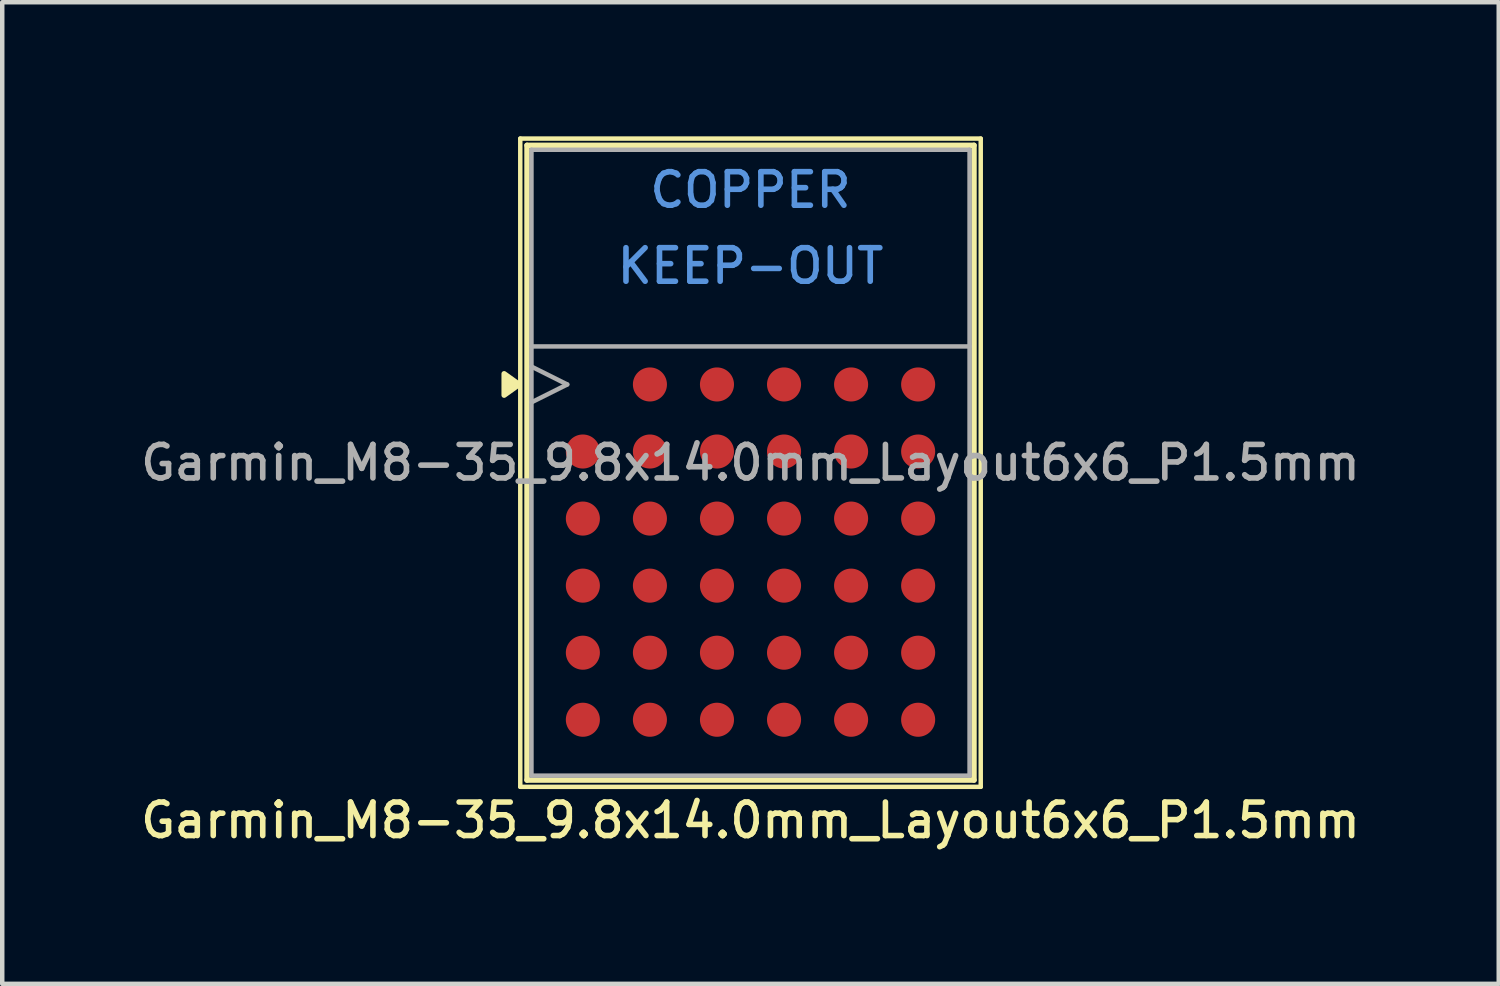
<source format=kicad_pcb>
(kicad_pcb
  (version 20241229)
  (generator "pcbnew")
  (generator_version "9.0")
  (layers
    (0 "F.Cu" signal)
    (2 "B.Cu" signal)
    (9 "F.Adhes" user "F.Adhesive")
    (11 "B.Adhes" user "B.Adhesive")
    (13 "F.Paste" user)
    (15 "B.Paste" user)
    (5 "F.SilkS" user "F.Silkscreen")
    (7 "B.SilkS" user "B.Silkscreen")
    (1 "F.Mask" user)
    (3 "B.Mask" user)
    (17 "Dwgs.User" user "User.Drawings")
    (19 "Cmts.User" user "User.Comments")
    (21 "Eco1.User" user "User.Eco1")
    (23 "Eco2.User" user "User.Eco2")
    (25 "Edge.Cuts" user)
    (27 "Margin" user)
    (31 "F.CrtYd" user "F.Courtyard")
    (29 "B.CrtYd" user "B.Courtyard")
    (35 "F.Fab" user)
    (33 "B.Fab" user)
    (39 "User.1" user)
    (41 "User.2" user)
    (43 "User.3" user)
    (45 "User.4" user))
  (footprint "Garmin_M8-35_9.8x14.0mm_Layout6x6_P1.5mm"
    (layer "F.Cu")
    (at 13.738 7.3)
    (property "Reference" "Garmin_M8-35_9.8x14.0mm_Layout6x6_P1.5mm" (at 0 8 0) (layer "F.SilkS") (effects (font (size 0.75 0.75) (thickness 0.125))))
    (attr smd)
    (fp_line (start -5.15 -7.25) (end 5.15 -7.25) (stroke (width 0.1) (type solid)) (layer "F.SilkS"))
    (fp_line (start -5.15 7.25) (end -5.15 -7.25) (stroke (width 0.1) (type solid)) (layer "F.SilkS"))
    (fp_line (start -5 -7.1) (end -5 7.1) (stroke (width 0.12) (type solid)) (layer "F.SilkS"))
    (fp_line (start -5 7.1) (end 5 7.1) (stroke (width 0.12) (type solid)) (layer "F.SilkS"))
    (fp_line (start 5 -7.1) (end -5 -7.1) (stroke (width 0.12) (type solid)) (layer "F.SilkS"))
    (fp_line (start 5 7.1) (end 5 -7.1) (stroke (width 0.12) (type solid)) (layer "F.SilkS"))
    (fp_line (start 5.15 -7.25) (end 5.15 7.25) (stroke (width 0.1) (type solid)) (layer "F.SilkS"))
    (fp_line (start 5.15 7.25) (end -5.15 7.25) (stroke (width 0.1) (type solid)) (layer "F.SilkS"))
    (fp_poly (pts (xy -5.175 -1.75) (xy -5.511 -1.51) (xy -5.511 -1.99) (xy -5.175 -1.75)) (stroke (width 0.12) (type solid)) (fill yes) (layer "F.SilkS"))
    (fp_poly (pts (xy -4.18 -0.315) (xy -4.18 -0.68) (xy -3.815 -0.68) (xy -3.815 -0.315)) (stroke (width 0) (type solid)) (fill yes) (layer "F.Paste"))
    (fp_poly (pts (xy -4.18 0.18) (xy -4.18 -0.185) (xy -3.815 -0.185) (xy -3.815 0.18)) (stroke (width 0) (type solid)) (fill yes) (layer "F.Paste"))
    (fp_poly (pts (xy -4.18 1.185) (xy -4.18 0.82) (xy -3.815 0.82) (xy -3.815 1.185)) (stroke (width 0) (type solid)) (fill yes) (layer "F.Paste"))
    (fp_poly (pts (xy -4.18 1.68) (xy -4.18 1.315) (xy -3.815 1.315) (xy -3.815 1.68)) (stroke (width 0) (type solid)) (fill yes) (layer "F.Paste"))
    (fp_poly (pts (xy -4.18 2.685) (xy -4.18 2.32) (xy -3.815 2.32) (xy -3.815 2.685)) (stroke (width 0) (type solid)) (fill yes) (layer "F.Paste"))
    (fp_poly (pts (xy -4.18 3.18) (xy -4.18 2.815) (xy -3.815 2.815) (xy -3.815 3.18)) (stroke (width 0) (type solid)) (fill yes) (layer "F.Paste"))
    (fp_poly (pts (xy -4.18 4.185) (xy -4.18 3.82) (xy -3.815 3.82) (xy -3.815 4.185)) (stroke (width 0) (type solid)) (fill yes) (layer "F.Paste"))
    (fp_poly (pts (xy -4.18 4.68) (xy -4.18 4.315) (xy -3.815 4.315) (xy -3.815 4.68)) (stroke (width 0) (type solid)) (fill yes) (layer "F.Paste"))
    (fp_poly (pts (xy -4.18 5.685) (xy -4.18 5.32) (xy -3.815 5.32) (xy -3.815 5.685)) (stroke (width 0) (type solid)) (fill yes) (layer "F.Paste"))
    (fp_poly (pts (xy -4.18 6.18) (xy -4.18 5.815) (xy -3.815 5.815) (xy -3.815 6.18)) (stroke (width 0) (type solid)) (fill yes) (layer "F.Paste"))
    (fp_poly (pts (xy -3.685 -0.315) (xy -3.685 -0.68) (xy -3.32 -0.68) (xy -3.32 -0.315)) (stroke (width 0) (type solid)) (fill yes) (layer "F.Paste"))
    (fp_poly (pts (xy -3.685 0.18) (xy -3.685 -0.185) (xy -3.32 -0.185) (xy -3.32 0.18)) (stroke (width 0) (type solid)) (fill yes) (layer "F.Paste"))
    (fp_poly (pts (xy -3.685 1.185) (xy -3.685 0.82) (xy -3.32 0.82) (xy -3.32 1.185)) (stroke (width 0) (type solid)) (fill yes) (layer "F.Paste"))
    (fp_poly (pts (xy -3.685 1.68) (xy -3.685 1.315) (xy -3.32 1.315) (xy -3.32 1.68)) (stroke (width 0) (type solid)) (fill yes) (layer "F.Paste"))
    (fp_poly (pts (xy -3.685 2.685) (xy -3.685 2.32) (xy -3.32 2.32) (xy -3.32 2.685)) (stroke (width 0) (type solid)) (fill yes) (layer "F.Paste"))
    (fp_poly (pts (xy -3.685 3.18) (xy -3.685 2.815) (xy -3.32 2.815) (xy -3.32 3.18)) (stroke (width 0) (type solid)) (fill yes) (layer "F.Paste"))
    (fp_poly (pts (xy -3.685 4.185) (xy -3.685 3.82) (xy -3.32 3.82) (xy -3.32 4.185)) (stroke (width 0) (type solid)) (fill yes) (layer "F.Paste"))
    (fp_poly (pts (xy -3.685 4.68) (xy -3.685 4.315) (xy -3.32 4.315) (xy -3.32 4.68)) (stroke (width 0) (type solid)) (fill yes) (layer "F.Paste"))
    (fp_poly (pts (xy -3.685 5.685) (xy -3.685 5.32) (xy -3.32 5.32) (xy -3.32 5.685)) (stroke (width 0) (type solid)) (fill yes) (layer "F.Paste"))
    (fp_poly (pts (xy -3.685 6.18) (xy -3.685 5.815) (xy -3.32 5.815) (xy -3.32 6.18)) (stroke (width 0) (type solid)) (fill yes) (layer "F.Paste"))
    (fp_poly (pts (xy -2.68 -1.815) (xy -2.68 -2.18) (xy -2.315 -2.18) (xy -2.315 -1.815)) (stroke (width 0) (type solid)) (fill yes) (layer "F.Paste"))
    (fp_poly (pts (xy -2.68 -1.32) (xy -2.68 -1.685) (xy -2.315 -1.685) (xy -2.315 -1.32)) (stroke (width 0) (type solid)) (fill yes) (layer "F.Paste"))
    (fp_poly (pts (xy -2.68 -0.315) (xy -2.68 -0.68) (xy -2.315 -0.68) (xy -2.315 -0.315)) (stroke (width 0) (type solid)) (fill yes) (layer "F.Paste"))
    (fp_poly (pts (xy -2.68 0.18) (xy -2.68 -0.185) (xy -2.315 -0.185) (xy -2.315 0.18)) (stroke (width 0) (type solid)) (fill yes) (layer "F.Paste"))
    (fp_poly (pts (xy -2.68 1.185) (xy -2.68 0.82) (xy -2.315 0.82) (xy -2.315 1.185)) (stroke (width 0) (type solid)) (fill yes) (layer "F.Paste"))
    (fp_poly (pts (xy -2.68 1.68) (xy -2.68 1.315) (xy -2.315 1.315) (xy -2.315 1.68)) (stroke (width 0) (type solid)) (fill yes) (layer "F.Paste"))
    (fp_poly (pts (xy -2.68 2.685) (xy -2.68 2.32) (xy -2.315 2.32) (xy -2.315 2.685)) (stroke (width 0) (type solid)) (fill yes) (layer "F.Paste"))
    (fp_poly (pts (xy -2.68 3.18) (xy -2.68 2.815) (xy -2.315 2.815) (xy -2.315 3.18)) (stroke (width 0) (type solid)) (fill yes) (layer "F.Paste"))
    (fp_poly (pts (xy -2.68 4.185) (xy -2.68 3.82) (xy -2.315 3.82) (xy -2.315 4.185)) (stroke (width 0) (type solid)) (fill yes) (layer "F.Paste"))
    (fp_poly (pts (xy -2.68 4.68) (xy -2.68 4.315) (xy -2.315 4.315) (xy -2.315 4.68)) (stroke (width 0) (type solid)) (fill yes) (layer "F.Paste"))
    (fp_poly (pts (xy -2.68 5.685) (xy -2.68 5.32) (xy -2.315 5.32) (xy -2.315 5.685)) (stroke (width 0) (type solid)) (fill yes) (layer "F.Paste"))
    (fp_poly (pts (xy -2.68 6.18) (xy -2.68 5.815) (xy -2.315 5.815) (xy -2.315 6.18)) (stroke (width 0) (type solid)) (fill yes) (layer "F.Paste"))
    (fp_poly (pts (xy -2.185 -1.815) (xy -2.185 -2.18) (xy -1.82 -2.18) (xy -1.82 -1.815)) (stroke (width 0) (type solid)) (fill yes) (layer "F.Paste"))
    (fp_poly (pts (xy -2.185 -1.32) (xy -2.185 -1.685) (xy -1.82 -1.685) (xy -1.82 -1.32)) (stroke (width 0) (type solid)) (fill yes) (layer "F.Paste"))
    (fp_poly (pts (xy -2.185 -0.315) (xy -2.185 -0.68) (xy -1.82 -0.68) (xy -1.82 -0.315)) (stroke (width 0) (type solid)) (fill yes) (layer "F.Paste"))
    (fp_poly (pts (xy -2.185 0.18) (xy -2.185 -0.185) (xy -1.82 -0.185) (xy -1.82 0.18)) (stroke (width 0) (type solid)) (fill yes) (layer "F.Paste"))
    (fp_poly (pts (xy -2.185 1.185) (xy -2.185 0.82) (xy -1.82 0.82) (xy -1.82 1.185)) (stroke (width 0) (type solid)) (fill yes) (layer "F.Paste"))
    (fp_poly (pts (xy -2.185 1.68) (xy -2.185 1.315) (xy -1.82 1.315) (xy -1.82 1.68)) (stroke (width 0) (type solid)) (fill yes) (layer "F.Paste"))
    (fp_poly (pts (xy -2.185 2.685) (xy -2.185 2.32) (xy -1.82 2.32) (xy -1.82 2.685)) (stroke (width 0) (type solid)) (fill yes) (layer "F.Paste"))
    (fp_poly (pts (xy -2.185 3.18) (xy -2.185 2.815) (xy -1.82 2.815) (xy -1.82 3.18)) (stroke (width 0) (type solid)) (fill yes) (layer "F.Paste"))
    (fp_poly (pts (xy -2.185 4.185) (xy -2.185 3.82) (xy -1.82 3.82) (xy -1.82 4.185)) (stroke (width 0) (type solid)) (fill yes) (layer "F.Paste"))
    (fp_poly (pts (xy -2.185 4.68) (xy -2.185 4.315) (xy -1.82 4.315) (xy -1.82 4.68)) (stroke (width 0) (type solid)) (fill yes) (layer "F.Paste"))
    (fp_poly (pts (xy -2.185 5.685) (xy -2.185 5.32) (xy -1.82 5.32) (xy -1.82 5.685)) (stroke (width 0) (type solid)) (fill yes) (layer "F.Paste"))
    (fp_poly (pts (xy -2.185 6.18) (xy -2.185 5.815) (xy -1.82 5.815) (xy -1.82 6.18)) (stroke (width 0) (type solid)) (fill yes) (layer "F.Paste"))
    (fp_poly (pts (xy -1.18 -1.815) (xy -1.18 -2.18) (xy -0.815 -2.18) (xy -0.815 -1.815)) (stroke (width 0) (type solid)) (fill yes) (layer "F.Paste"))
    (fp_poly (pts (xy -1.18 -1.32) (xy -1.18 -1.685) (xy -0.815 -1.685) (xy -0.815 -1.32)) (stroke (width 0) (type solid)) (fill yes) (layer "F.Paste"))
    (fp_poly (pts (xy -1.18 -0.315) (xy -1.18 -0.68) (xy -0.815 -0.68) (xy -0.815 -0.315)) (stroke (width 0) (type solid)) (fill yes) (layer "F.Paste"))
    (fp_poly (pts (xy -1.18 0.18) (xy -1.18 -0.185) (xy -0.815 -0.185) (xy -0.815 0.18)) (stroke (width 0) (type solid)) (fill yes) (layer "F.Paste"))
    (fp_poly (pts (xy -1.18 1.185) (xy -1.18 0.82) (xy -0.815 0.82) (xy -0.815 1.185)) (stroke (width 0) (type solid)) (fill yes) (layer "F.Paste"))
    (fp_poly (pts (xy -1.18 1.68) (xy -1.18 1.315) (xy -0.815 1.315) (xy -0.815 1.68)) (stroke (width 0) (type solid)) (fill yes) (layer "F.Paste"))
    (fp_poly (pts (xy -1.18 2.685) (xy -1.18 2.32) (xy -0.815 2.32) (xy -0.815 2.685)) (stroke (width 0) (type solid)) (fill yes) (layer "F.Paste"))
    (fp_poly (pts (xy -1.18 3.18) (xy -1.18 2.815) (xy -0.815 2.815) (xy -0.815 3.18)) (stroke (width 0) (type solid)) (fill yes) (layer "F.Paste"))
    (fp_poly (pts (xy -1.18 4.185) (xy -1.18 3.82) (xy -0.815 3.82) (xy -0.815 4.185)) (stroke (width 0) (type solid)) (fill yes) (layer "F.Paste"))
    (fp_poly (pts (xy -1.18 4.68) (xy -1.18 4.315) (xy -0.815 4.315) (xy -0.815 4.68)) (stroke (width 0) (type solid)) (fill yes) (layer "F.Paste"))
    (fp_poly (pts (xy -1.18 5.685) (xy -1.18 5.32) (xy -0.815 5.32) (xy -0.815 5.685)) (stroke (width 0) (type solid)) (fill yes) (layer "F.Paste"))
    (fp_poly (pts (xy -1.18 6.18) (xy -1.18 5.815) (xy -0.815 5.815) (xy -0.815 6.18)) (stroke (width 0) (type solid)) (fill yes) (layer "F.Paste"))
    (fp_poly (pts (xy -0.685 -1.815) (xy -0.685 -2.18) (xy -0.32 -2.18) (xy -0.32 -1.815)) (stroke (width 0) (type solid)) (fill yes) (layer "F.Paste"))
    (fp_poly (pts (xy -0.685 -1.32) (xy -0.685 -1.685) (xy -0.32 -1.685) (xy -0.32 -1.32)) (stroke (width 0) (type solid)) (fill yes) (layer "F.Paste"))
    (fp_poly (pts (xy -0.685 -0.315) (xy -0.685 -0.68) (xy -0.32 -0.68) (xy -0.32 -0.315)) (stroke (width 0) (type solid)) (fill yes) (layer "F.Paste"))
    (fp_poly (pts (xy -0.685 0.18) (xy -0.685 -0.185) (xy -0.32 -0.185) (xy -0.32 0.18)) (stroke (width 0) (type solid)) (fill yes) (layer "F.Paste"))
    (fp_poly (pts (xy -0.685 1.185) (xy -0.685 0.82) (xy -0.32 0.82) (xy -0.32 1.185)) (stroke (width 0) (type solid)) (fill yes) (layer "F.Paste"))
    (fp_poly (pts (xy -0.685 1.68) (xy -0.685 1.315) (xy -0.32 1.315) (xy -0.32 1.68)) (stroke (width 0) (type solid)) (fill yes) (layer "F.Paste"))
    (fp_poly (pts (xy -0.685 2.685) (xy -0.685 2.32) (xy -0.32 2.32) (xy -0.32 2.685)) (stroke (width 0) (type solid)) (fill yes) (layer "F.Paste"))
    (fp_poly (pts (xy -0.685 3.18) (xy -0.685 2.815) (xy -0.32 2.815) (xy -0.32 3.18)) (stroke (width 0) (type solid)) (fill yes) (layer "F.Paste"))
    (fp_poly (pts (xy -0.685 4.185) (xy -0.685 3.82) (xy -0.32 3.82) (xy -0.32 4.185)) (stroke (width 0) (type solid)) (fill yes) (layer "F.Paste"))
    (fp_poly (pts (xy -0.685 4.68) (xy -0.685 4.315) (xy -0.32 4.315) (xy -0.32 4.68)) (stroke (width 0) (type solid)) (fill yes) (layer "F.Paste"))
    (fp_poly (pts (xy -0.685 5.685) (xy -0.685 5.32) (xy -0.32 5.32) (xy -0.32 5.685)) (stroke (width 0) (type solid)) (fill yes) (layer "F.Paste"))
    (fp_poly (pts (xy -0.685 6.18) (xy -0.685 5.815) (xy -0.32 5.815) (xy -0.32 6.18)) (stroke (width 0) (type solid)) (fill yes) (layer "F.Paste"))
    (fp_poly (pts (xy 0.32 -1.815) (xy 0.32 -2.18) (xy 0.685 -2.18) (xy 0.685 -1.815)) (stroke (width 0) (type solid)) (fill yes) (layer "F.Paste"))
    (fp_poly (pts (xy 0.32 -1.32) (xy 0.32 -1.685) (xy 0.685 -1.685) (xy 0.685 -1.32)) (stroke (width 0) (type solid)) (fill yes) (layer "F.Paste"))
    (fp_poly (pts (xy 0.32 -0.315) (xy 0.32 -0.68) (xy 0.685 -0.68) (xy 0.685 -0.315)) (stroke (width 0) (type solid)) (fill yes) (layer "F.Paste"))
    (fp_poly (pts (xy 0.32 0.18) (xy 0.32 -0.185) (xy 0.685 -0.185) (xy 0.685 0.18)) (stroke (width 0) (type solid)) (fill yes) (layer "F.Paste"))
    (fp_poly (pts (xy 0.32 1.185) (xy 0.32 0.82) (xy 0.685 0.82) (xy 0.685 1.185)) (stroke (width 0) (type solid)) (fill yes) (layer "F.Paste"))
    (fp_poly (pts (xy 0.32 1.68) (xy 0.32 1.315) (xy 0.685 1.315) (xy 0.685 1.68)) (stroke (width 0) (type solid)) (fill yes) (layer "F.Paste"))
    (fp_poly (pts (xy 0.32 2.685) (xy 0.32 2.32) (xy 0.685 2.32) (xy 0.685 2.685)) (stroke (width 0) (type solid)) (fill yes) (layer "F.Paste"))
    (fp_poly (pts (xy 0.32 3.18) (xy 0.32 2.815) (xy 0.685 2.815) (xy 0.685 3.18)) (stroke (width 0) (type solid)) (fill yes) (layer "F.Paste"))
    (fp_poly (pts (xy 0.32 4.185) (xy 0.32 3.82) (xy 0.685 3.82) (xy 0.685 4.185)) (stroke (width 0) (type solid)) (fill yes) (layer "F.Paste"))
    (fp_poly (pts (xy 0.32 4.68) (xy 0.32 4.315) (xy 0.685 4.315) (xy 0.685 4.68)) (stroke (width 0) (type solid)) (fill yes) (layer "F.Paste"))
    (fp_poly (pts (xy 0.32 5.685) (xy 0.32 5.32) (xy 0.685 5.32) (xy 0.685 5.685)) (stroke (width 0) (type solid)) (fill yes) (layer "F.Paste"))
    (fp_poly (pts (xy 0.32 6.18) (xy 0.32 5.815) (xy 0.685 5.815) (xy 0.685 6.18)) (stroke (width 0) (type solid)) (fill yes) (layer "F.Paste"))
    (fp_poly (pts (xy 0.815 -1.815) (xy 0.815 -2.18) (xy 1.18 -2.18) (xy 1.18 -1.815)) (stroke (width 0) (type solid)) (fill yes) (layer "F.Paste"))
    (fp_poly (pts (xy 0.815 -1.32) (xy 0.815 -1.685) (xy 1.18 -1.685) (xy 1.18 -1.32)) (stroke (width 0) (type solid)) (fill yes) (layer "F.Paste"))
    (fp_poly (pts (xy 0.815 -0.315) (xy 0.815 -0.68) (xy 1.18 -0.68) (xy 1.18 -0.315)) (stroke (width 0) (type solid)) (fill yes) (layer "F.Paste"))
    (fp_poly (pts (xy 0.815 0.18) (xy 0.815 -0.185) (xy 1.18 -0.185) (xy 1.18 0.18)) (stroke (width 0) (type solid)) (fill yes) (layer "F.Paste"))
    (fp_poly (pts (xy 0.815 1.185) (xy 0.815 0.82) (xy 1.18 0.82) (xy 1.18 1.185)) (stroke (width 0) (type solid)) (fill yes) (layer "F.Paste"))
    (fp_poly (pts (xy 0.815 1.68) (xy 0.815 1.315) (xy 1.18 1.315) (xy 1.18 1.68)) (stroke (width 0) (type solid)) (fill yes) (layer "F.Paste"))
    (fp_poly (pts (xy 0.815 2.685) (xy 0.815 2.32) (xy 1.18 2.32) (xy 1.18 2.685)) (stroke (width 0) (type solid)) (fill yes) (layer "F.Paste"))
    (fp_poly (pts (xy 0.815 3.18) (xy 0.815 2.815) (xy 1.18 2.815) (xy 1.18 3.18)) (stroke (width 0) (type solid)) (fill yes) (layer "F.Paste"))
    (fp_poly (pts (xy 0.815 4.185) (xy 0.815 3.82) (xy 1.18 3.82) (xy 1.18 4.185)) (stroke (width 0) (type solid)) (fill yes) (layer "F.Paste"))
    (fp_poly (pts (xy 0.815 4.68) (xy 0.815 4.315) (xy 1.18 4.315) (xy 1.18 4.68)) (stroke (width 0) (type solid)) (fill yes) (layer "F.Paste"))
    (fp_poly (pts (xy 0.815 5.685) (xy 0.815 5.32) (xy 1.18 5.32) (xy 1.18 5.685)) (stroke (width 0) (type solid)) (fill yes) (layer "F.Paste"))
    (fp_poly (pts (xy 0.815 6.18) (xy 0.815 5.815) (xy 1.18 5.815) (xy 1.18 6.18)) (stroke (width 0) (type solid)) (fill yes) (layer "F.Paste"))
    (fp_poly (pts (xy 1.82 -1.815) (xy 1.82 -2.18) (xy 2.185 -2.18) (xy 2.185 -1.815)) (stroke (width 0) (type solid)) (fill yes) (layer "F.Paste"))
    (fp_poly (pts (xy 1.82 -1.32) (xy 1.82 -1.685) (xy 2.185 -1.685) (xy 2.185 -1.32)) (stroke (width 0) (type solid)) (fill yes) (layer "F.Paste"))
    (fp_poly (pts (xy 1.82 -0.315) (xy 1.82 -0.68) (xy 2.185 -0.68) (xy 2.185 -0.315)) (stroke (width 0) (type solid)) (fill yes) (layer "F.Paste"))
    (fp_poly (pts (xy 1.82 0.18) (xy 1.82 -0.185) (xy 2.185 -0.185) (xy 2.185 0.18)) (stroke (width 0) (type solid)) (fill yes) (layer "F.Paste"))
    (fp_poly (pts (xy 1.82 1.185) (xy 1.82 0.82) (xy 2.185 0.82) (xy 2.185 1.185)) (stroke (width 0) (type solid)) (fill yes) (layer "F.Paste"))
    (fp_poly (pts (xy 1.82 1.68) (xy 1.82 1.315) (xy 2.185 1.315) (xy 2.185 1.68)) (stroke (width 0) (type solid)) (fill yes) (layer "F.Paste"))
    (fp_poly (pts (xy 1.82 2.685) (xy 1.82 2.32) (xy 2.185 2.32) (xy 2.185 2.685)) (stroke (width 0) (type solid)) (fill yes) (layer "F.Paste"))
    (fp_poly (pts (xy 1.82 3.18) (xy 1.82 2.815) (xy 2.185 2.815) (xy 2.185 3.18)) (stroke (width 0) (type solid)) (fill yes) (layer "F.Paste"))
    (fp_poly (pts (xy 1.82 4.185) (xy 1.82 3.82) (xy 2.185 3.82) (xy 2.185 4.185)) (stroke (width 0) (type solid)) (fill yes) (layer "F.Paste"))
    (fp_poly (pts (xy 1.82 4.68) (xy 1.82 4.315) (xy 2.185 4.315) (xy 2.185 4.68)) (stroke (width 0) (type solid)) (fill yes) (layer "F.Paste"))
    (fp_poly (pts (xy 1.82 5.685) (xy 1.82 5.32) (xy 2.185 5.32) (xy 2.185 5.685)) (stroke (width 0) (type solid)) (fill yes) (layer "F.Paste"))
    (fp_poly (pts (xy 1.82 6.18) (xy 1.82 5.815) (xy 2.185 5.815) (xy 2.185 6.18)) (stroke (width 0) (type solid)) (fill yes) (layer "F.Paste"))
    (fp_poly (pts (xy 2.315 -1.815) (xy 2.315 -2.18) (xy 2.68 -2.18) (xy 2.68 -1.815)) (stroke (width 0) (type solid)) (fill yes) (layer "F.Paste"))
    (fp_poly (pts (xy 2.315 -1.32) (xy 2.315 -1.685) (xy 2.68 -1.685) (xy 2.68 -1.32)) (stroke (width 0) (type solid)) (fill yes) (layer "F.Paste"))
    (fp_poly (pts (xy 2.315 -0.315) (xy 2.315 -0.68) (xy 2.68 -0.68) (xy 2.68 -0.315)) (stroke (width 0) (type solid)) (fill yes) (layer "F.Paste"))
    (fp_poly (pts (xy 2.315 0.18) (xy 2.315 -0.185) (xy 2.68 -0.185) (xy 2.68 0.18)) (stroke (width 0) (type solid)) (fill yes) (layer "F.Paste"))
    (fp_poly (pts (xy 2.315 1.185) (xy 2.315 0.82) (xy 2.68 0.82) (xy 2.68 1.185)) (stroke (width 0) (type solid)) (fill yes) (layer "F.Paste"))
    (fp_poly (pts (xy 2.315 1.68) (xy 2.315 1.315) (xy 2.68 1.315) (xy 2.68 1.68)) (stroke (width 0) (type solid)) (fill yes) (layer "F.Paste"))
    (fp_poly (pts (xy 2.315 2.685) (xy 2.315 2.32) (xy 2.68 2.32) (xy 2.68 2.685)) (stroke (width 0) (type solid)) (fill yes) (layer "F.Paste"))
    (fp_poly (pts (xy 2.315 3.18) (xy 2.315 2.815) (xy 2.68 2.815) (xy 2.68 3.18)) (stroke (width 0) (type solid)) (fill yes) (layer "F.Paste"))
    (fp_poly (pts (xy 2.315 4.185) (xy 2.315 3.82) (xy 2.68 3.82) (xy 2.68 4.185)) (stroke (width 0) (type solid)) (fill yes) (layer "F.Paste"))
    (fp_poly (pts (xy 2.315 4.68) (xy 2.315 4.315) (xy 2.68 4.315) (xy 2.68 4.68)) (stroke (width 0) (type solid)) (fill yes) (layer "F.Paste"))
    (fp_poly (pts (xy 2.315 5.685) (xy 2.315 5.32) (xy 2.68 5.32) (xy 2.68 5.685)) (stroke (width 0) (type solid)) (fill yes) (layer "F.Paste"))
    (fp_poly (pts (xy 2.315 6.18) (xy 2.315 5.815) (xy 2.68 5.815) (xy 2.68 6.18)) (stroke (width 0) (type solid)) (fill yes) (layer "F.Paste"))
    (fp_poly (pts (xy 3.32 -1.815) (xy 3.32 -2.18) (xy 3.685 -2.18) (xy 3.685 -1.815)) (stroke (width 0) (type solid)) (fill yes) (layer "F.Paste"))
    (fp_poly (pts (xy 3.32 -1.32) (xy 3.32 -1.685) (xy 3.685 -1.685) (xy 3.685 -1.32)) (stroke (width 0) (type solid)) (fill yes) (layer "F.Paste"))
    (fp_poly (pts (xy 3.32 -0.315) (xy 3.32 -0.68) (xy 3.685 -0.68) (xy 3.685 -0.315)) (stroke (width 0) (type solid)) (fill yes) (layer "F.Paste"))
    (fp_poly (pts (xy 3.32 0.18) (xy 3.32 -0.185) (xy 3.685 -0.185) (xy 3.685 0.18)) (stroke (width 0) (type solid)) (fill yes) (layer "F.Paste"))
    (fp_poly (pts (xy 3.32 1.185) (xy 3.32 0.82) (xy 3.685 0.82) (xy 3.685 1.185)) (stroke (width 0) (type solid)) (fill yes) (layer "F.Paste"))
    (fp_poly (pts (xy 3.32 1.68) (xy 3.32 1.315) (xy 3.685 1.315) (xy 3.685 1.68)) (stroke (width 0) (type solid)) (fill yes) (layer "F.Paste"))
    (fp_poly (pts (xy 3.32 2.685) (xy 3.32 2.32) (xy 3.685 2.32) (xy 3.685 2.685)) (stroke (width 0) (type solid)) (fill yes) (layer "F.Paste"))
    (fp_poly (pts (xy 3.32 3.18) (xy 3.32 2.815) (xy 3.685 2.815) (xy 3.685 3.18)) (stroke (width 0) (type solid)) (fill yes) (layer "F.Paste"))
    (fp_poly (pts (xy 3.32 4.185) (xy 3.32 3.82) (xy 3.685 3.82) (xy 3.685 4.185)) (stroke (width 0) (type solid)) (fill yes) (layer "F.Paste"))
    (fp_poly (pts (xy 3.32 4.68) (xy 3.32 4.315) (xy 3.685 4.315) (xy 3.685 4.68)) (stroke (width 0) (type solid)) (fill yes) (layer "F.Paste"))
    (fp_poly (pts (xy 3.32 5.685) (xy 3.32 5.32) (xy 3.685 5.32) (xy 3.685 5.685)) (stroke (width 0) (type solid)) (fill yes) (layer "F.Paste"))
    (fp_poly (pts (xy 3.32 6.18) (xy 3.32 5.815) (xy 3.685 5.815) (xy 3.685 6.18)) (stroke (width 0) (type solid)) (fill yes) (layer "F.Paste"))
    (fp_poly (pts (xy 3.815 -1.815) (xy 3.815 -2.18) (xy 4.18 -2.18) (xy 4.18 -1.815)) (stroke (width 0) (type solid)) (fill yes) (layer "F.Paste"))
    (fp_poly (pts (xy 3.815 -1.32) (xy 3.815 -1.685) (xy 4.18 -1.685) (xy 4.18 -1.32)) (stroke (width 0) (type solid)) (fill yes) (layer "F.Paste"))
    (fp_poly (pts (xy 3.815 -0.315) (xy 3.815 -0.68) (xy 4.18 -0.68) (xy 4.18 -0.315)) (stroke (width 0) (type solid)) (fill yes) (layer "F.Paste"))
    (fp_poly (pts (xy 3.815 0.18) (xy 3.815 -0.185) (xy 4.18 -0.185) (xy 4.18 0.18)) (stroke (width 0) (type solid)) (fill yes) (layer "F.Paste"))
    (fp_poly (pts (xy 3.815 1.185) (xy 3.815 0.82) (xy 4.18 0.82) (xy 4.18 1.185)) (stroke (width 0) (type solid)) (fill yes) (layer "F.Paste"))
    (fp_poly (pts (xy 3.815 1.68) (xy 3.815 1.315) (xy 4.18 1.315) (xy 4.18 1.68)) (stroke (width 0) (type solid)) (fill yes) (layer "F.Paste"))
    (fp_poly (pts (xy 3.815 2.685) (xy 3.815 2.32) (xy 4.18 2.32) (xy 4.18 2.685)) (stroke (width 0) (type solid)) (fill yes) (layer "F.Paste"))
    (fp_poly (pts (xy 3.815 3.18) (xy 3.815 2.815) (xy 4.18 2.815) (xy 4.18 3.18)) (stroke (width 0) (type solid)) (fill yes) (layer "F.Paste"))
    (fp_poly (pts (xy 3.815 4.185) (xy 3.815 3.82) (xy 4.18 3.82) (xy 4.18 4.185)) (stroke (width 0) (type solid)) (fill yes) (layer "F.Paste"))
    (fp_poly (pts (xy 3.815 4.68) (xy 3.815 4.315) (xy 4.18 4.315) (xy 4.18 4.68)) (stroke (width 0) (type solid)) (fill yes) (layer "F.Paste"))
    (fp_poly (pts (xy 3.815 5.685) (xy 3.815 5.32) (xy 4.18 5.32) (xy 4.18 5.685)) (stroke (width 0) (type solid)) (fill yes) (layer "F.Paste"))
    (fp_poly (pts (xy 3.815 6.18) (xy 3.815 5.815) (xy 4.18 5.815) (xy 4.18 6.18)) (stroke (width 0) (type solid)) (fill yes) (layer "F.Paste"))
    (fp_line (start -4.9 -7) (end 4.9 -7) (stroke (width 0.1) (type solid)) (layer "F.Fab"))
    (fp_line (start -4.9 -2.6) (end 4.9 -2.6) (stroke (width 0.1) (type solid)) (layer "F.Fab"))
    (fp_line (start -4.9 -2.15) (end -4.1 -1.75) (stroke (width 0.1) (type solid)) (layer "F.Fab"))
    (fp_line (start -4.9 -1.35) (end -4.1 -1.75) (stroke (width 0.1) (type solid)) (layer "F.Fab"))
    (fp_line (start -4.9 7) (end -4.9 -7) (stroke (width 0.1) (type solid)) (layer "F.Fab"))
    (fp_line (start 4.9 -7) (end 4.9 7) (stroke (width 0.1) (type solid)) (layer "F.Fab"))
    (fp_line (start 4.9 7) (end -4.9 7) (stroke (width 0.1) (type solid)) (layer "F.Fab"))
    (fp_text user "COPPER" (at 0 -6.1 0) (layer "Cmts.User") (effects (font (size 0.75 0.75) (thickness 0.125))))
    (fp_text user "KEEP-OUT" (at 0 -4.4 0) (layer "Cmts.User") (effects (font (size 0.75 0.75) (thickness 0.125))))
    (fp_text user "${REFERENCE}" (at 0 0 0) (layer "F.Fab") (effects (font (size 0.75 0.75) (thickness 0.125))))
    (pad "A2" smd circle (at -2.25 -1.75) (size 0.762 0.762) (layers "F.Cu" "F.Mask"))
    (pad "A3" smd circle (at -0.75 -1.75) (size 0.762 0.762) (layers "F.Cu" "F.Mask"))
    (pad "A4" smd circle (at 0.75 -1.75) (size 0.762 0.762) (layers "F.Cu" "F.Mask"))
    (pad "A5" smd circle (at 2.25 -1.75) (size 0.762 0.762) (layers "F.Cu" "F.Mask"))
    (pad "A6" smd circle (at 3.75 -1.75) (size 0.762 0.762) (layers "F.Cu" "F.Mask"))
    (pad "B1" smd circle (at -3.75 -0.25) (size 0.762 0.762) (layers "F.Cu" "F.Mask"))
    (pad "B2" smd circle (at -2.25 -0.25) (size 0.762 0.762) (layers "F.Cu" "F.Mask"))
    (pad "B3" smd circle (at -0.75 -0.25) (size 0.762 0.762) (layers "F.Cu" "F.Mask"))
    (pad "B4" smd circle (at 0.75 -0.25) (size 0.762 0.762) (layers "F.Cu" "F.Mask"))
    (pad "B5" smd circle (at 2.25 -0.25) (size 0.762 0.762) (layers "F.Cu" "F.Mask"))
    (pad "B6" smd circle (at 3.75 -0.25) (size 0.762 0.762) (layers "F.Cu" "F.Mask"))
    (pad "C1" smd circle (at -3.75 1.25) (size 0.762 0.762) (layers "F.Cu" "F.Mask"))
    (pad "C2" smd circle (at -2.25 1.25) (size 0.762 0.762) (layers "F.Cu" "F.Mask"))
    (pad "C3" smd circle (at -0.75 1.25) (size 0.762 0.762) (layers "F.Cu" "F.Mask"))
    (pad "C4" smd circle (at 0.75 1.25) (size 0.762 0.762) (layers "F.Cu" "F.Mask"))
    (pad "C5" smd circle (at 2.25 1.25) (size 0.762 0.762) (layers "F.Cu" "F.Mask"))
    (pad "C6" smd circle (at 3.75 1.25) (size 0.762 0.762) (layers "F.Cu" "F.Mask"))
    (pad "D1" smd circle (at -3.75 2.75) (size 0.762 0.762) (layers "F.Cu" "F.Mask"))
    (pad "D2" smd circle (at -2.25 2.75) (size 0.762 0.762) (layers "F.Cu" "F.Mask"))
    (pad "D3" smd circle (at -0.75 2.75) (size 0.762 0.762) (layers "F.Cu" "F.Mask"))
    (pad "D4" smd circle (at 0.75 2.75) (size 0.762 0.762) (layers "F.Cu" "F.Mask"))
    (pad "D5" smd circle (at 2.25 2.75) (size 0.762 0.762) (layers "F.Cu" "F.Mask"))
    (pad "D6" smd circle (at 3.75 2.75) (size 0.762 0.762) (layers "F.Cu" "F.Mask"))
    (pad "E1" smd circle (at -3.75 4.25) (size 0.762 0.762) (layers "F.Cu" "F.Mask"))
    (pad "E2" smd circle (at -2.25 4.25) (size 0.762 0.762) (layers "F.Cu" "F.Mask"))
    (pad "E3" smd circle (at -0.75 4.25) (size 0.762 0.762) (layers "F.Cu" "F.Mask"))
    (pad "E4" smd circle (at 0.75 4.25) (size 0.762 0.762) (layers "F.Cu" "F.Mask"))
    (pad "E5" smd circle (at 2.25 4.25) (size 0.762 0.762) (layers "F.Cu" "F.Mask"))
    (pad "E6" smd circle (at 3.75 4.25) (size 0.762 0.762) (layers "F.Cu" "F.Mask"))
    (pad "F1" smd circle (at -3.75 5.75) (size 0.762 0.762) (layers "F.Cu" "F.Mask"))
    (pad "F2" smd circle (at -2.25 5.75) (size 0.762 0.762) (layers "F.Cu" "F.Mask"))
    (pad "F3" smd circle (at -0.75 5.75) (size 0.762 0.762) (layers "F.Cu" "F.Mask"))
    (pad "F4" smd circle (at 0.75 5.75) (size 0.762 0.762) (layers "F.Cu" "F.Mask"))
    (pad "F5" smd circle (at 2.25 5.75) (size 0.762 0.762) (layers "F.Cu" "F.Mask"))
    (pad "F6" smd circle (at 3.75 5.75) (size 0.762 0.762) (layers "F.Cu" "F.Mask"))
    (zone (net_name "") (layers "F.Cu" "B.Cu") (hatch full 0.508) (connect_pads) (min_thickness 0.254) (filled_areas_thickness no) (keepout (tracks not_allowed) (vias not_allowed) (pads not_allowed) (copperpour not_allowed) (footprints not_allowed)) (placement (enabled no)) (fill) (polygon (pts (xy 8.838 4.7) (xy 18.638 4.7) (xy 18.638 0.3) (xy 8.838 0.3)))))
  (gr_rect
    (start -3 -3)
    (end 30.475 18.958)
    (stroke (width 0.1) (type default))
    (fill no)
    (layer "Edge.Cuts")))
</source>
